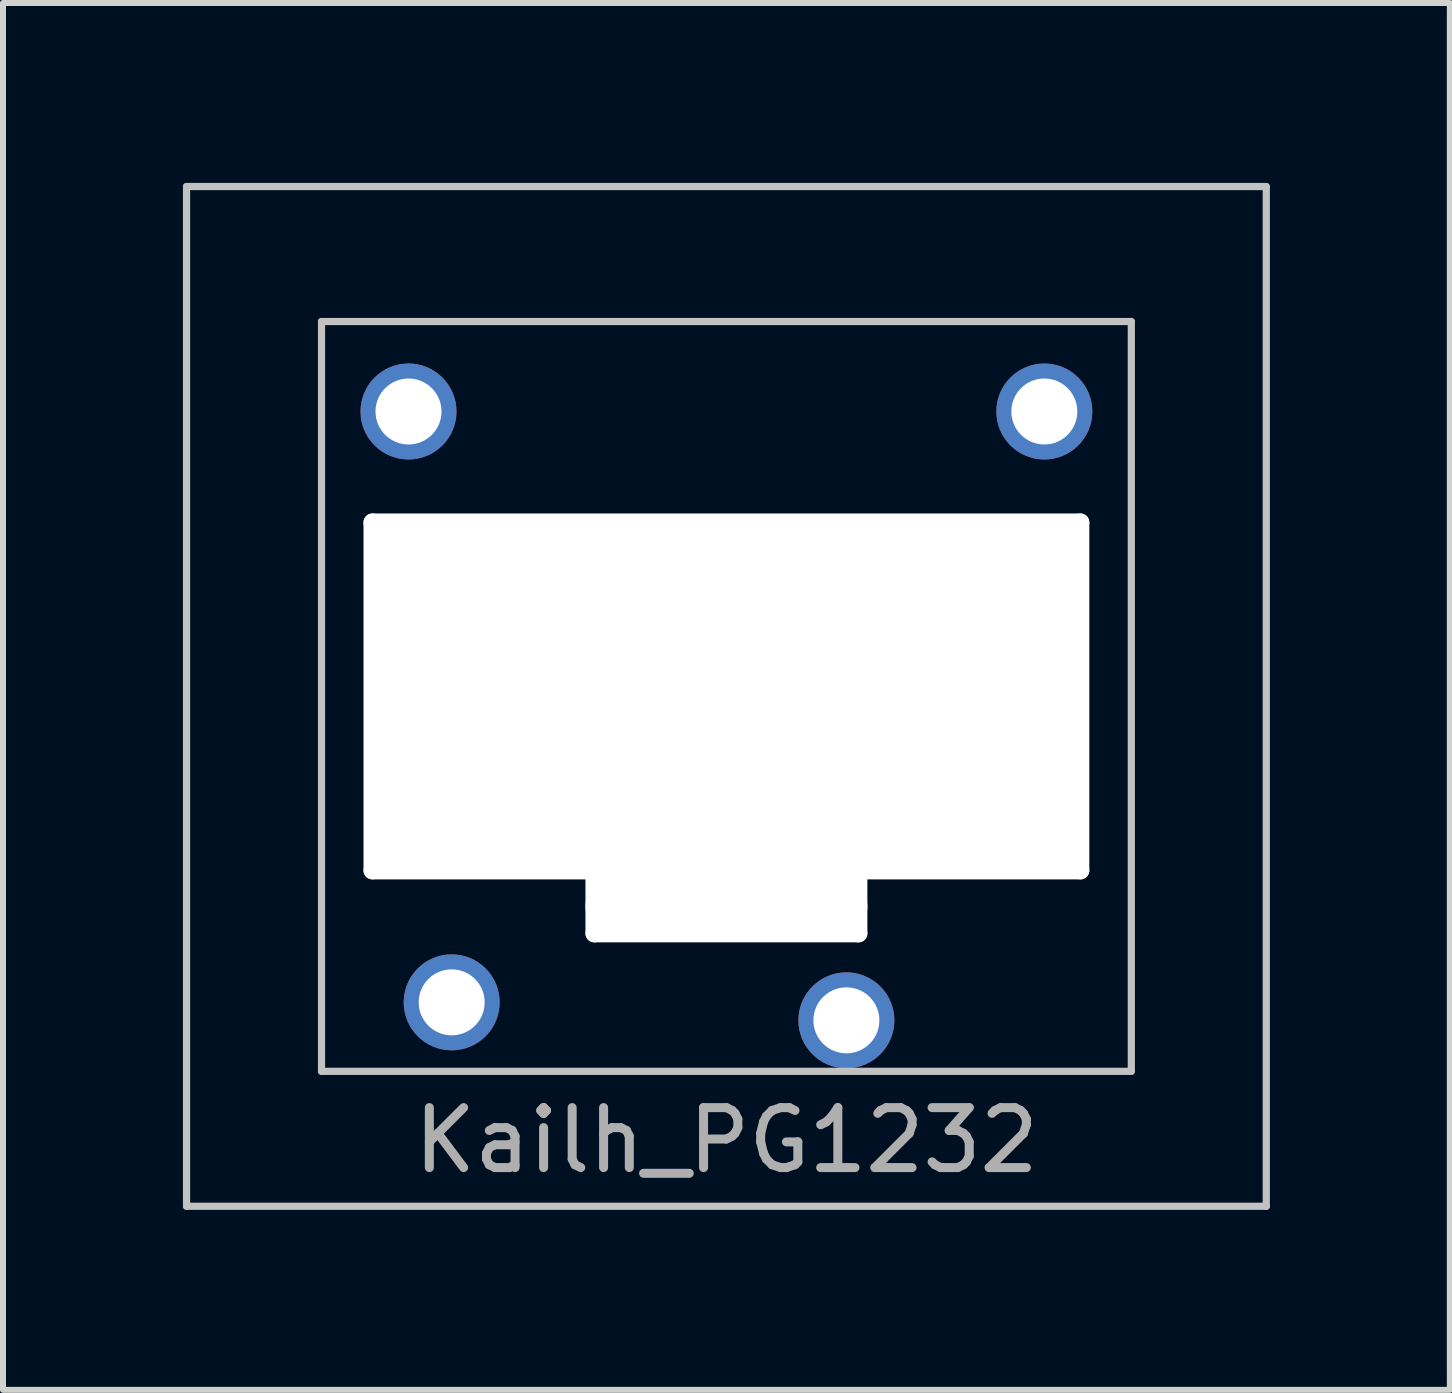
<source format=kicad_pcb>
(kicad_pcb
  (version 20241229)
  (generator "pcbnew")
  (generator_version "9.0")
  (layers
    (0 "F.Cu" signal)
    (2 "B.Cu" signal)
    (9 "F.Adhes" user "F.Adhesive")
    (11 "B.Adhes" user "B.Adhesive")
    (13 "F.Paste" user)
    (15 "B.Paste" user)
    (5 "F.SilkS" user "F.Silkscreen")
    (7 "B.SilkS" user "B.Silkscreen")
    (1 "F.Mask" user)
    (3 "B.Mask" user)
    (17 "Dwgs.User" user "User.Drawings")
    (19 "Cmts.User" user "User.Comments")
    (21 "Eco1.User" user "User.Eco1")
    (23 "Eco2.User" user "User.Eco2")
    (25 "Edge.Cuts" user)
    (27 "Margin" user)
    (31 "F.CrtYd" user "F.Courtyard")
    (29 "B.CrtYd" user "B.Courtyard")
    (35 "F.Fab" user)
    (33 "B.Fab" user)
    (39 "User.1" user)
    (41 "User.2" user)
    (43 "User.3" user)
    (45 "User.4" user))
  (footprint "Kailh_PG1232"
    (layer "F.Cu")
    (at 9.06 8.56)
    (property "Reference" "Kailh_PG1232" (at 0 7.4 0) (layer "F.Fab") (effects (font (size 1 1) (thickness 0.15))))
    (attr through_hole)
    (fp_line (start -9 -8.5) (end -9 8.5) (stroke (width 0.12) (type solid)) (layer "Dwgs.User"))
    (fp_line (start -9 8.5) (end 9 8.5) (stroke (width 0.12) (type solid)) (layer "Dwgs.User"))
    (fp_line (start -6.75 -6.25) (end 6.75 -6.25) (stroke (width 0.12) (type solid)) (layer "Dwgs.User"))
    (fp_line (start -6.75 6.25) (end -6.75 -6.25) (stroke (width 0.12) (type solid)) (layer "Dwgs.User"))
    (fp_line (start -5.95 -2.95) (end 5.95 -2.95) (stroke (width 0.12) (type solid)) (layer "Dwgs.User"))
    (fp_line (start -5.95 2.95) (end -5.95 -2.95) (stroke (width 0.12) (type solid)) (layer "Dwgs.User"))
    (fp_line (start -2.25 2.95) (end -5.95 2.95) (stroke (width 0.12) (type solid)) (layer "Dwgs.User"))
    (fp_line (start -2.25 2.95) (end -2.25 4) (stroke (width 0.12) (type solid)) (layer "Dwgs.User"))
    (fp_line (start -2.25 4) (end 2.25 4) (stroke (width 0.12) (type solid)) (layer "Dwgs.User"))
    (fp_line (start 2.25 2.95) (end 5.95 2.95) (stroke (width 0.12) (type solid)) (layer "Dwgs.User"))
    (fp_line (start 2.25 4) (end 2.25 2.95) (stroke (width 0.12) (type solid)) (layer "Dwgs.User"))
    (fp_line (start 5.95 -2.95) (end 5.95 2.95) (stroke (width 0.12) (type solid)) (layer "Dwgs.User"))
    (fp_line (start 6.75 -6.25) (end 6.75 6.25) (stroke (width 0.12) (type solid)) (layer "Dwgs.User"))
    (fp_line (start 6.75 6.25) (end -6.75 6.25) (stroke (width 0.12) (type solid)) (layer "Dwgs.User"))
    (fp_line (start 9 -8.5) (end -9 -8.5) (stroke (width 0.12) (type solid)) (layer "Dwgs.User"))
    (fp_line (start 9 8.5) (end 9 -8.5) (stroke (width 0.12) (type solid)) (layer "Dwgs.User"))
    (pad "" np_thru_hole oval (at -5.9 0 90) (size 6.1 0.3) (drill oval 6.1 0.3) (layers "*.Cu" "*.Mask"))
    (pad "" np_thru_hole oval (at -5.36 0) (size 1 5.9) (drill oval 1 5.9) (layers "*.Cu" "*.Mask"))
    (pad "" np_thru_hole oval (at -4.59 0) (size 1 5.9) (drill oval 1 5.9) (layers "*.Cu" "*.Mask"))
    (pad "" np_thru_hole oval (at -4.2 0) (size 1 5.9) (drill oval 1 5.9) (layers "*.Cu" "*.Mask"))
    (pad "" np_thru_hole oval (at -2.2 3.5 90) (size 1.2 0.3) (drill oval 1.2 0.3) (layers "*.Cu" "*.Mask"))
    (pad "" np_thru_hole oval (at 0 -2.9) (size 12.1 0.3) (drill oval 12.1 0.3) (layers "*.Cu" "*.Mask"))
    (pad "" np_thru_hole oval (at 0 0) (size 11.85 5.9) (drill oval 11.85 5.9) (layers "*.Cu" "*.Mask"))
    (pad "" np_thru_hole oval (at 0 2.9) (size 12.1 0.3) (drill oval 12.1 0.3) (layers "*.Cu" "*.Mask"))
    (pad "" np_thru_hole oval (at 0 3.5) (size 4.7 1) (drill oval 4.7 1) (layers "*.Cu" "*.Mask"))
    (pad "" np_thru_hole oval (at 0 3.95) (size 4.7 0.3) (drill oval 4.7 0.3) (layers "*.Cu" "*.Mask"))
    (pad "" np_thru_hole oval (at 2.2 3.5 90) (size 1.2 0.3) (drill oval 1.2 0.3) (layers "*.Cu" "*.Mask"))
    (pad "" np_thru_hole oval (at 4.2 0) (size 1 5.9) (drill oval 1 5.9) (layers "*.Cu" "*.Mask"))
    (pad "" np_thru_hole oval (at 4.59 0) (size 1 5.9) (drill oval 1 5.9) (layers "*.Cu" "*.Mask"))
    (pad "" np_thru_hole oval (at 5.36 0) (size 1 5.9) (drill oval 1 5.9) (layers "*.Cu" "*.Mask"))
    (pad "" np_thru_hole oval (at 5.9 0 90) (size 6.1 0.3) (drill oval 6.1 0.3) (layers "*.Cu" "*.Mask"))
    (pad "1" thru_hole circle (at -4.58 5.1) (size 1.6 1.6) (drill 1.1) (layers "*.Cu" "*.Mask"))
    (pad "2" thru_hole circle (at 2 5.4) (size 1.6 1.6) (drill 1.1) (layers "*.Cu" "*.Mask"))
    (pad "3" thru_hole circle (at 5.3 -4.75) (size 1.6 1.6) (drill 1.1) (layers "*.Cu" "*.Mask"))
    (pad "4" thru_hole circle (at -5.3 -4.75) (size 1.6 1.6) (drill 1.1) (layers "*.Cu" "*.Mask")))
  (gr_rect
    (start -3 -3)
    (end 21.12 20.12)
    (stroke (width 0.1) (type default))
    (fill no)
    (layer "Edge.Cuts")))
</source>
